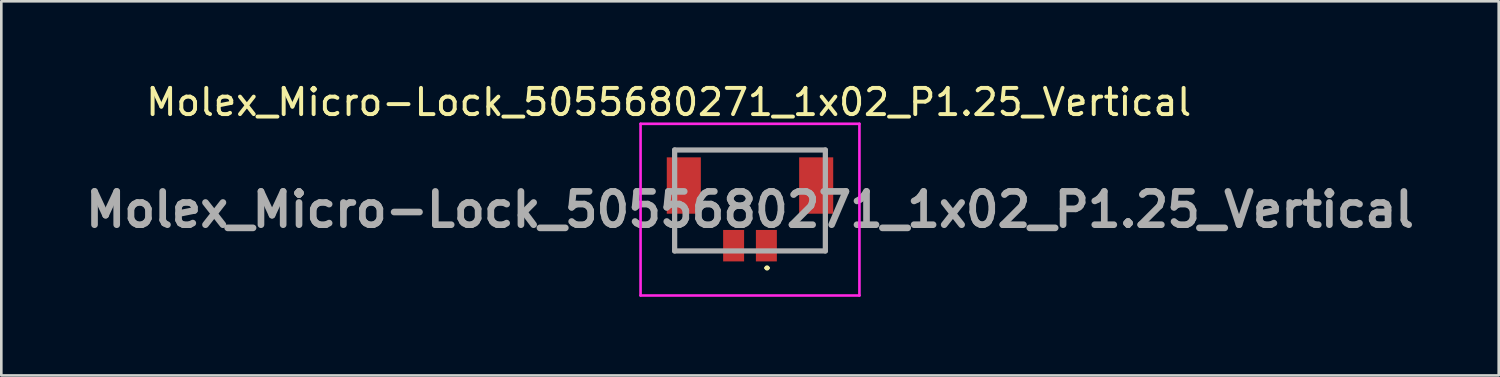
<source format=kicad_pcb>
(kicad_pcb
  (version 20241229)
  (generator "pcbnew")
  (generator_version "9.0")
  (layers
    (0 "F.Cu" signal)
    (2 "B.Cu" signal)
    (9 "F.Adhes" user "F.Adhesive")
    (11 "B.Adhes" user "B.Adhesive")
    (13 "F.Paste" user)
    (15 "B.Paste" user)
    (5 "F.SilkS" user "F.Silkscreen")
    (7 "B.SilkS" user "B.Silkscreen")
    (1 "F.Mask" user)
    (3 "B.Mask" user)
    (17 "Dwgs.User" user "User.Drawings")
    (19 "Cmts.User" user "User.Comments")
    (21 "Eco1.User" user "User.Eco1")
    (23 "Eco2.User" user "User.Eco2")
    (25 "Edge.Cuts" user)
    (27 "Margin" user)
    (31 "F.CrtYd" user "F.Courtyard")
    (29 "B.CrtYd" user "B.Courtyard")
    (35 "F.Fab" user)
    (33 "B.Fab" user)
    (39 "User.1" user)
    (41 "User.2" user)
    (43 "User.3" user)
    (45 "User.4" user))
  (footprint "Molex_Micro-Lock_5055680271_1x02_P1.25_Vertical"
    (layer "F.Cu")
    (at 25.563 4.948)
    (property "Reference" "Molex_Micro-Lock_5055680271_1x02_P1.25_Vertical" (at -3.1 -4.1 0) (layer "F.SilkS") (effects (font (size 1 1) (thickness 0.15))))
    (attr smd)
    (fp_line (start -2.875 0.725) (end -2.875 1.575) (stroke (width 0.1) (type solid)) (layer "F.SilkS"))
    (fp_line (start -2.875 1.575) (end -1.5 1.575) (stroke (width 0.1) (type solid)) (layer "F.SilkS"))
    (fp_line (start 0.6 2.225) (end 0.6 2.225) (stroke (width 0.1) (type solid)) (layer "F.SilkS"))
    (fp_line (start 0.7 2.225) (end 0.7 2.225) (stroke (width 0.1) (type solid)) (layer "F.SilkS"))
    (fp_line (start 2.875 -2.275) (end -2.875 -2.275) (stroke (width 0.1) (type solid)) (layer "F.SilkS"))
    (fp_line (start 2.875 0.725) (end 2.875 1.575) (stroke (width 0.1) (type solid)) (layer "F.SilkS"))
    (fp_line (start 2.875 1.575) (end 1.5 1.575) (stroke (width 0.1) (type solid)) (layer "F.SilkS"))
    (fp_arc (start 0.6 2.225) (mid 0.65 2.175) (end 0.7 2.225) (stroke (width 0.1) (type solid)) (layer "F.SilkS"))
    (fp_arc (start 0.7 2.225) (mid 0.65 2.275) (end 0.6 2.225) (stroke (width 0.1) (type solid)) (layer "F.SilkS"))
    (fp_line (start -4.175 -3.275) (end -4.175 3.275) (stroke (width 0.1) (type solid)) (layer "F.CrtYd"))
    (fp_line (start -4.175 3.275) (end 4.175 3.275) (stroke (width 0.1) (type solid)) (layer "F.CrtYd"))
    (fp_line (start 4.175 -3.275) (end -4.175 -3.275) (stroke (width 0.1) (type solid)) (layer "F.CrtYd"))
    (fp_line (start 4.175 3.275) (end 4.175 -3.275) (stroke (width 0.1) (type solid)) (layer "F.CrtYd"))
    (fp_line (start -2.875 -2.275) (end -2.875 1.575) (stroke (width 0.2) (type solid)) (layer "F.Fab"))
    (fp_line (start -2.875 1.575) (end 2.875 1.575) (stroke (width 0.2) (type solid)) (layer "F.Fab"))
    (fp_line (start 2.875 -2.275) (end -2.875 -2.275) (stroke (width 0.2) (type solid)) (layer "F.Fab"))
    (fp_line (start 2.875 1.575) (end 2.875 -2.275) (stroke (width 0.2) (type solid)) (layer "F.Fab"))
    (fp_text user "${REFERENCE}" (at 0 0 0) (layer "F.Fab") (effects (font (size 1.27 1.27) (thickness 0.254))))
    (pad "1" smd rect (at 0.625 1.375) (size 0.8 1.2) (layers "F.Cu" "F.Mask" "F.Paste"))
    (pad "2" smd rect (at -0.625 1.375) (size 0.8 1.2) (layers "F.Cu" "F.Mask" "F.Paste"))
    (pad "MP" smd rect (at -2.525 -0.92) (size 1.3 2.15) (layers "F.Cu" "F.Mask" "F.Paste"))
    (pad "MP" smd rect (at 2.525 -0.92) (size 1.3 2.15) (layers "F.Cu" "F.Mask" "F.Paste")))
  (gr_rect
    (start -3 -3)
    (end 54.127 11.273)
    (stroke (width 0.1) (type default))
    (fill no)
    (layer "Edge.Cuts")))
</source>
